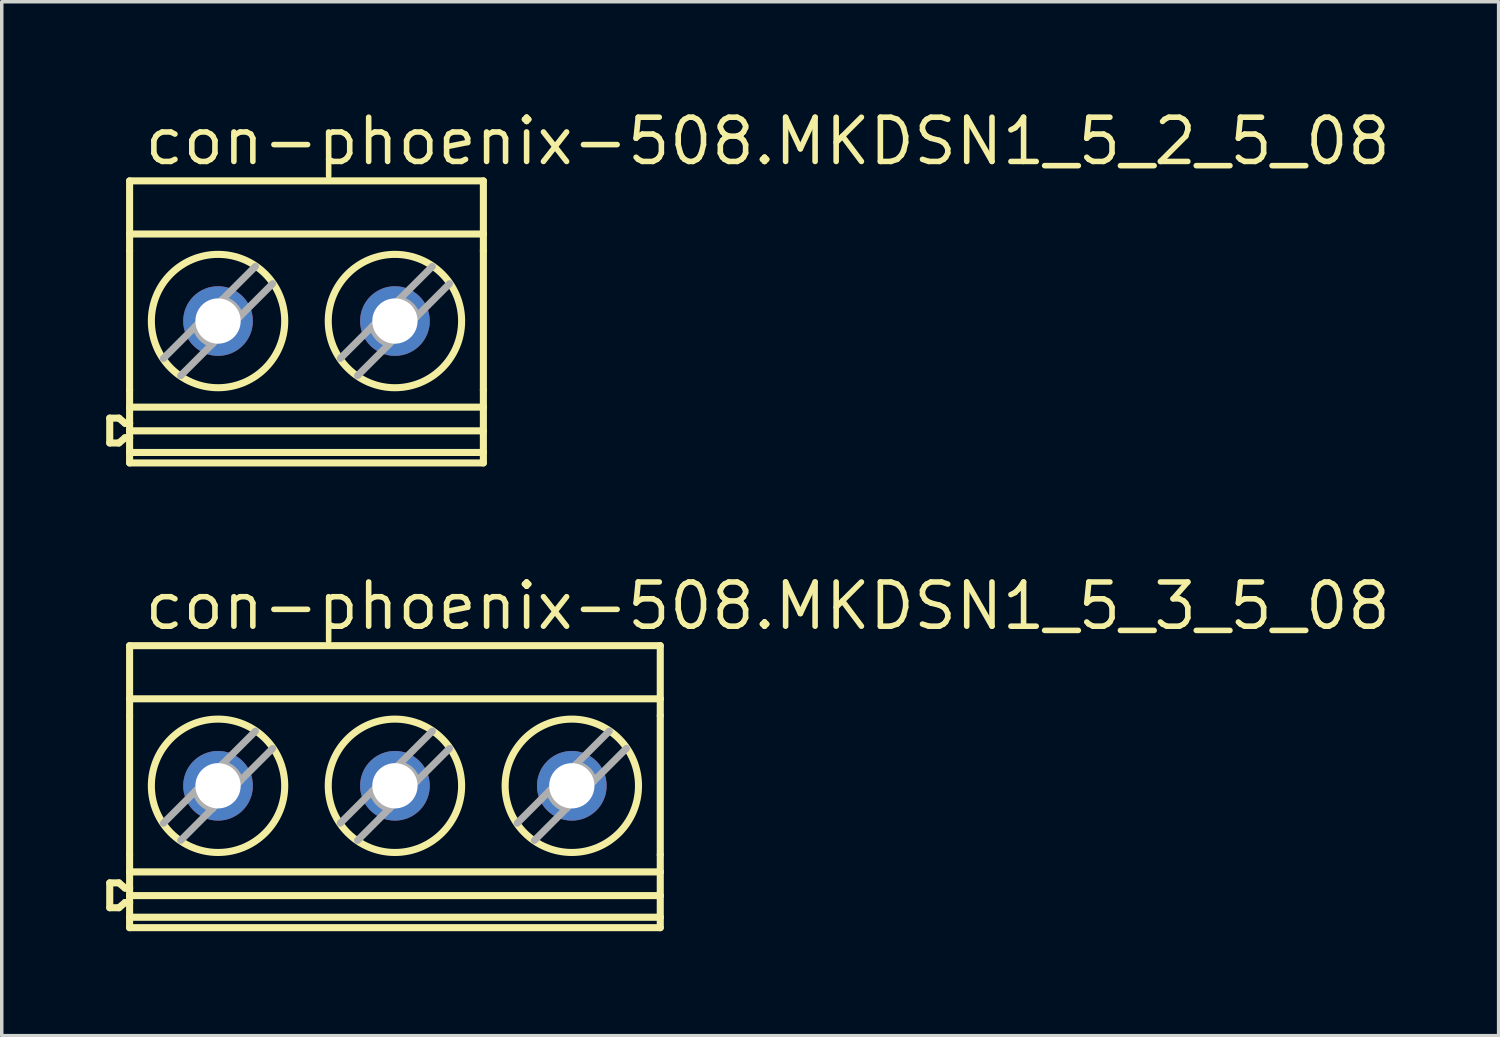
<source format=kicad_pcb>
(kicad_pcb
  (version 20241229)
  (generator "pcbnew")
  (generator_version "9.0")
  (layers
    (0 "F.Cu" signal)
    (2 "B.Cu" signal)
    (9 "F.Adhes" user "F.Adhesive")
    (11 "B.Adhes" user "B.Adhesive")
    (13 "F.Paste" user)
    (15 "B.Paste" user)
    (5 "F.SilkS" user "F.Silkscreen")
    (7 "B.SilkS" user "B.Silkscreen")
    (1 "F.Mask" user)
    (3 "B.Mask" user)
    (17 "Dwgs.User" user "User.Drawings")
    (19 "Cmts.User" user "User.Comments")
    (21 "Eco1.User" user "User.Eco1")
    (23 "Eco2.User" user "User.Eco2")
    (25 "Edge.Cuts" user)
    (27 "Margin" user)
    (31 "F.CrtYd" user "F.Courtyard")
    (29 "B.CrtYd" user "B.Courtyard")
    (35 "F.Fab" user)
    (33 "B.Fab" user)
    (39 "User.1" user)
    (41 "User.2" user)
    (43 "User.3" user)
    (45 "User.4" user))
  (footprint "con-phoenix-508.MKDSN1_5_2_5_08"
    (layer "F.Cu")
    (at 5.773 6.195)
    (property "Reference" "con-phoenix-508.MKDSN1_5_2_5_08" (at -4.751 -4.445 0) (layer "F.SilkS") (effects (font (size 1.27 1.27) (thickness 0.16)) (justify left bottom)))
    (attr through_hole)
    (fp_line (start -5.671 2.763) (end -5.671 3.477) (stroke (width 0.203) (type default)) (layer "F.SilkS"))
    (fp_line (start -5.671 2.763) (end -5.408 2.763) (stroke (width 0.203) (type default)) (layer "F.SilkS"))
    (fp_line (start -5.671 3.477) (end -5.408 3.477) (stroke (width 0.203) (type default)) (layer "F.SilkS"))
    (fp_line (start -5.408 2.763) (end -5.23 2.913) (stroke (width 0.203) (type default)) (layer "F.SilkS"))
    (fp_line (start -5.23 2.913) (end -5.101 2.913) (stroke (width 0.203) (type default)) (layer "F.SilkS"))
    (fp_line (start -5.23 3.327) (end -5.408 3.477) (stroke (width 0.203) (type default)) (layer "F.SilkS"))
    (fp_line (start -5.101 -4.05) (end 5.059 -4.05) (stroke (width 0.203) (type default)) (layer "F.SilkS"))
    (fp_line (start -5.101 -2.524) (end -5.101 -4.05) (stroke (width 0.203) (type default)) (layer "F.SilkS"))
    (fp_line (start -5.101 -2.524) (end -5.101 -2.041) (stroke (width 0.203) (type default)) (layer "F.SilkS"))
    (fp_line (start -5.101 -2.524) (end 5.059 -2.524) (stroke (width 0.203) (type default)) (layer "F.SilkS"))
    (fp_line (start -5.101 1.956) (end -5.101 -2.041) (stroke (width 0.203) (type default)) (layer "F.SilkS"))
    (fp_line (start -5.101 1.956) (end -5.101 2.448) (stroke (width 0.203) (type default)) (layer "F.SilkS"))
    (fp_line (start -5.101 2.913) (end -5.101 2.448) (stroke (width 0.203) (type default)) (layer "F.SilkS"))
    (fp_line (start -5.101 3.128) (end -5.101 2.913) (stroke (width 0.203) (type default)) (layer "F.SilkS"))
    (fp_line (start -5.101 3.128) (end 5.059 3.128) (stroke (width 0.203) (type default)) (layer "F.SilkS"))
    (fp_line (start -5.101 3.327) (end -5.23 3.327) (stroke (width 0.203) (type default)) (layer "F.SilkS"))
    (fp_line (start -5.101 3.327) (end -5.101 3.128) (stroke (width 0.203) (type default)) (layer "F.SilkS"))
    (fp_line (start -5.101 3.75) (end -5.101 3.327) (stroke (width 0.203) (type default)) (layer "F.SilkS"))
    (fp_line (start -5.101 3.75) (end -5.101 4.05) (stroke (width 0.203) (type default)) (layer "F.SilkS"))
    (fp_line (start -5.101 4.05) (end 5.059 4.05) (stroke (width 0.203) (type default)) (layer "F.SilkS"))
    (fp_line (start 5.059 -2.524) (end 5.059 -4.05) (stroke (width 0.203) (type default)) (layer "F.SilkS"))
    (fp_line (start 5.059 -2.524) (end 5.059 -2.041) (stroke (width 0.203) (type default)) (layer "F.SilkS"))
    (fp_line (start 5.059 1.956) (end 5.059 -2.041) (stroke (width 0.203) (type default)) (layer "F.SilkS"))
    (fp_line (start 5.059 1.956) (end 5.059 2.448) (stroke (width 0.203) (type default)) (layer "F.SilkS"))
    (fp_line (start 5.059 2.448) (end -5.101 2.448) (stroke (width 0.203) (type default)) (layer "F.SilkS"))
    (fp_line (start 5.059 3.128) (end 5.059 2.448) (stroke (width 0.203) (type default)) (layer "F.SilkS"))
    (fp_line (start 5.059 3.75) (end -5.101 3.75) (stroke (width 0.203) (type default)) (layer "F.SilkS"))
    (fp_line (start 5.059 3.75) (end 5.059 3.128) (stroke (width 0.203) (type default)) (layer "F.SilkS"))
    (fp_line (start 5.059 3.75) (end 5.059 4.05) (stroke (width 0.203) (type default)) (layer "F.SilkS"))
    (fp_circle (center -2.561 -0.025) (end -0.646 -0.025) (stroke (width 0.203) (type default)) (fill no) (layer "F.SilkS"))
    (fp_circle (center 2.519 -0.025) (end 4.434 -0.025) (stroke (width 0.203) (type default)) (fill no) (layer "F.SilkS"))
    (fp_line (start -4.129 1.048) (end -3.2 0.119) (stroke (width 0.203) (type default)) (layer "F.Fab"))
    (fp_line (start -3.2 0.119) (end -2.561 -0.52) (stroke (width 0.203) (type default)) (layer "F.Fab"))
    (fp_line (start -2.721 0.63) (end -3.634 1.543) (stroke (width 0.203) (type default)) (layer "F.Fab"))
    (fp_line (start -2.561 -0.52) (end -2.442 -0.639) (stroke (width 0.203) (type default)) (layer "F.Fab"))
    (fp_line (start -2.561 0.47) (end -2.721 0.63) (stroke (width 0.203) (type default)) (layer "F.Fab"))
    (fp_line (start -2.442 -0.639) (end -1.488 -1.593) (stroke (width 0.203) (type default)) (layer "F.Fab"))
    (fp_line (start -1.931 -0.16) (end -2.561 0.47) (stroke (width 0.203) (type default)) (layer "F.Fab"))
    (fp_line (start -0.993 -1.098) (end -1.931 -0.16) (stroke (width 0.203) (type default)) (layer "F.Fab"))
    (fp_line (start 0.951 1.048) (end 1.88 0.119) (stroke (width 0.203) (type default)) (layer "F.Fab"))
    (fp_line (start 1.88 0.119) (end 2.519 -0.52) (stroke (width 0.203) (type default)) (layer "F.Fab"))
    (fp_line (start 2.359 0.63) (end 1.446 1.543) (stroke (width 0.203) (type default)) (layer "F.Fab"))
    (fp_line (start 2.519 -0.52) (end 2.638 -0.639) (stroke (width 0.203) (type default)) (layer "F.Fab"))
    (fp_line (start 2.519 0.47) (end 2.359 0.63) (stroke (width 0.203) (type default)) (layer "F.Fab"))
    (fp_line (start 2.638 -0.639) (end 3.592 -1.593) (stroke (width 0.203) (type default)) (layer "F.Fab"))
    (fp_line (start 3.149 -0.16) (end 2.519 0.47) (stroke (width 0.203) (type default)) (layer "F.Fab"))
    (fp_line (start 4.087 -1.098) (end 3.149 -0.16) (stroke (width 0.203) (type default)) (layer "F.Fab"))
    (fp_arc (start -2.7211 0.63) (mid -3.035316 0.444537) (end -3.2001 0.119) (stroke (width 0.2032) (type default)) (layer "F.Fab"))
    (fp_arc (start -2.4421 -0.639) (mid -2.116563 -0.474216) (end -1.9311 -0.16) (stroke (width 0.2032) (type default)) (layer "F.Fab"))
    (fp_arc (start 2.3589 0.63) (mid 2.044684 0.444537) (end 1.8799 0.119) (stroke (width 0.2032) (type default)) (layer "F.Fab"))
    (fp_arc (start 2.6379 -0.639) (mid 2.963437 -0.474216) (end 3.1489 -0.16) (stroke (width 0.2032) (type default)) (layer "F.Fab"))
    (pad "1" thru_hole circle (at -2.561 -0.025) (size 2 2) (drill 1.3) (layers "*.Cu" "*.Mask"))
    (pad "2" thru_hole circle (at 2.519 -0.025) (size 2 2) (drill 1.3) (layers "*.Cu" "*.Mask")))
  (footprint "con-phoenix-508.MKDSN1_5_3_5_08"
    (layer "F.Cu")
    (at 10.853 19.542)
    (property "Reference" "con-phoenix-508.MKDSN1_5_3_5_08" (at -9.831 -4.445 0) (layer "F.SilkS") (effects (font (size 1.27 1.27) (thickness 0.16)) (justify left bottom)))
    (attr through_hole)
    (fp_line (start -10.751 2.763) (end -10.751 3.477) (stroke (width 0.203) (type default)) (layer "F.SilkS"))
    (fp_line (start -10.751 2.763) (end -10.488 2.763) (stroke (width 0.203) (type default)) (layer "F.SilkS"))
    (fp_line (start -10.751 3.477) (end -10.488 3.477) (stroke (width 0.203) (type default)) (layer "F.SilkS"))
    (fp_line (start -10.488 2.763) (end -10.31 2.913) (stroke (width 0.203) (type default)) (layer "F.SilkS"))
    (fp_line (start -10.31 2.913) (end -10.181 2.913) (stroke (width 0.203) (type default)) (layer "F.SilkS"))
    (fp_line (start -10.31 3.327) (end -10.488 3.477) (stroke (width 0.203) (type default)) (layer "F.SilkS"))
    (fp_line (start -10.181 -4.05) (end 5.059 -4.05) (stroke (width 0.203) (type default)) (layer "F.SilkS"))
    (fp_line (start -10.181 -2.524) (end -10.181 -4.05) (stroke (width 0.203) (type default)) (layer "F.SilkS"))
    (fp_line (start -10.181 -2.524) (end -10.181 -2.041) (stroke (width 0.203) (type default)) (layer "F.SilkS"))
    (fp_line (start -10.181 -2.524) (end 5.059 -2.524) (stroke (width 0.203) (type default)) (layer "F.SilkS"))
    (fp_line (start -10.181 1.956) (end -10.181 -2.041) (stroke (width 0.203) (type default)) (layer "F.SilkS"))
    (fp_line (start -10.181 1.956) (end -10.181 2.448) (stroke (width 0.203) (type default)) (layer "F.SilkS"))
    (fp_line (start -10.181 2.913) (end -10.181 2.448) (stroke (width 0.203) (type default)) (layer "F.SilkS"))
    (fp_line (start -10.181 3.128) (end -10.181 2.913) (stroke (width 0.203) (type default)) (layer "F.SilkS"))
    (fp_line (start -10.181 3.128) (end 5.059 3.128) (stroke (width 0.203) (type default)) (layer "F.SilkS"))
    (fp_line (start -10.181 3.327) (end -10.31 3.327) (stroke (width 0.203) (type default)) (layer "F.SilkS"))
    (fp_line (start -10.181 3.327) (end -10.181 3.128) (stroke (width 0.203) (type default)) (layer "F.SilkS"))
    (fp_line (start -10.181 3.75) (end -10.181 3.327) (stroke (width 0.203) (type default)) (layer "F.SilkS"))
    (fp_line (start -10.181 3.75) (end -10.181 4.05) (stroke (width 0.203) (type default)) (layer "F.SilkS"))
    (fp_line (start -10.181 4.05) (end 5.059 4.05) (stroke (width 0.203) (type default)) (layer "F.SilkS"))
    (fp_line (start 5.059 -2.524) (end 5.059 -4.05) (stroke (width 0.203) (type default)) (layer "F.SilkS"))
    (fp_line (start 5.059 -2.524) (end 5.059 -2.041) (stroke (width 0.203) (type default)) (layer "F.SilkS"))
    (fp_line (start 5.059 1.956) (end 5.059 -2.041) (stroke (width 0.203) (type default)) (layer "F.SilkS"))
    (fp_line (start 5.059 1.956) (end 5.059 2.448) (stroke (width 0.203) (type default)) (layer "F.SilkS"))
    (fp_line (start 5.059 2.448) (end -10.181 2.448) (stroke (width 0.203) (type default)) (layer "F.SilkS"))
    (fp_line (start 5.059 3.128) (end 5.059 2.448) (stroke (width 0.203) (type default)) (layer "F.SilkS"))
    (fp_line (start 5.059 3.75) (end -10.181 3.75) (stroke (width 0.203) (type default)) (layer "F.SilkS"))
    (fp_line (start 5.059 3.75) (end 5.059 3.128) (stroke (width 0.203) (type default)) (layer "F.SilkS"))
    (fp_line (start 5.059 3.75) (end 5.059 4.05) (stroke (width 0.203) (type default)) (layer "F.SilkS"))
    (fp_circle (center -7.641 -0.025) (end -5.726 -0.025) (stroke (width 0.203) (type default)) (fill no) (layer "F.SilkS"))
    (fp_circle (center -2.561 -0.025) (end -0.646 -0.025) (stroke (width 0.203) (type default)) (fill no) (layer "F.SilkS"))
    (fp_circle (center 2.519 -0.025) (end 4.434 -0.025) (stroke (width 0.203) (type default)) (fill no) (layer "F.SilkS"))
    (fp_line (start -9.209 1.048) (end -8.28 0.119) (stroke (width 0.203) (type default)) (layer "F.Fab"))
    (fp_line (start -8.28 0.119) (end -7.641 -0.52) (stroke (width 0.203) (type default)) (layer "F.Fab"))
    (fp_line (start -7.801 0.63) (end -8.714 1.543) (stroke (width 0.203) (type default)) (layer "F.Fab"))
    (fp_line (start -7.641 -0.52) (end -7.522 -0.639) (stroke (width 0.203) (type default)) (layer "F.Fab"))
    (fp_line (start -7.641 0.47) (end -7.801 0.63) (stroke (width 0.203) (type default)) (layer "F.Fab"))
    (fp_line (start -7.522 -0.639) (end -6.568 -1.593) (stroke (width 0.203) (type default)) (layer "F.Fab"))
    (fp_line (start -7.011 -0.16) (end -7.641 0.47) (stroke (width 0.203) (type default)) (layer "F.Fab"))
    (fp_line (start -6.073 -1.098) (end -7.011 -0.16) (stroke (width 0.203) (type default)) (layer "F.Fab"))
    (fp_line (start -4.129 1.048) (end -3.2 0.119) (stroke (width 0.203) (type default)) (layer "F.Fab"))
    (fp_line (start -3.2 0.119) (end -2.561 -0.52) (stroke (width 0.203) (type default)) (layer "F.Fab"))
    (fp_line (start -2.721 0.63) (end -3.634 1.543) (stroke (width 0.203) (type default)) (layer "F.Fab"))
    (fp_line (start -2.561 -0.52) (end -2.442 -0.639) (stroke (width 0.203) (type default)) (layer "F.Fab"))
    (fp_line (start -2.561 0.47) (end -2.721 0.63) (stroke (width 0.203) (type default)) (layer "F.Fab"))
    (fp_line (start -2.442 -0.639) (end -1.488 -1.593) (stroke (width 0.203) (type default)) (layer "F.Fab"))
    (fp_line (start -1.931 -0.16) (end -2.561 0.47) (stroke (width 0.203) (type default)) (layer "F.Fab"))
    (fp_line (start -0.993 -1.098) (end -1.931 -0.16) (stroke (width 0.203) (type default)) (layer "F.Fab"))
    (fp_line (start 0.951 1.048) (end 1.88 0.119) (stroke (width 0.203) (type default)) (layer "F.Fab"))
    (fp_line (start 1.88 0.119) (end 2.519 -0.52) (stroke (width 0.203) (type default)) (layer "F.Fab"))
    (fp_line (start 2.359 0.63) (end 1.446 1.543) (stroke (width 0.203) (type default)) (layer "F.Fab"))
    (fp_line (start 2.519 -0.52) (end 2.638 -0.639) (stroke (width 0.203) (type default)) (layer "F.Fab"))
    (fp_line (start 2.519 0.47) (end 2.359 0.63) (stroke (width 0.203) (type default)) (layer "F.Fab"))
    (fp_line (start 2.638 -0.639) (end 3.592 -1.593) (stroke (width 0.203) (type default)) (layer "F.Fab"))
    (fp_line (start 3.149 -0.16) (end 2.519 0.47) (stroke (width 0.203) (type default)) (layer "F.Fab"))
    (fp_line (start 4.087 -1.098) (end 3.149 -0.16) (stroke (width 0.203) (type default)) (layer "F.Fab"))
    (fp_arc (start -7.8011 0.63) (mid -8.115316 0.444537) (end -8.2801 0.119) (stroke (width 0.2032) (type default)) (layer "F.Fab"))
    (fp_arc (start -7.5221 -0.639) (mid -7.196563 -0.474216) (end -7.0111 -0.16) (stroke (width 0.2032) (type default)) (layer "F.Fab"))
    (fp_arc (start -2.7211 0.63) (mid -3.035316 0.444537) (end -3.2001 0.119) (stroke (width 0.2032) (type default)) (layer "F.Fab"))
    (fp_arc (start -2.4421 -0.639) (mid -2.116563 -0.474216) (end -1.9311 -0.16) (stroke (width 0.2032) (type default)) (layer "F.Fab"))
    (fp_arc (start 2.3589 0.63) (mid 2.044684 0.444537) (end 1.8799 0.119) (stroke (width 0.2032) (type default)) (layer "F.Fab"))
    (fp_arc (start 2.6379 -0.639) (mid 2.963437 -0.474216) (end 3.1489 -0.16) (stroke (width 0.2032) (type default)) (layer "F.Fab"))
    (pad "1" thru_hole circle (at -7.641 -0.025) (size 2 2) (drill 1.3) (layers "*.Cu" "*.Mask"))
    (pad "2" thru_hole circle (at -2.561 -0.025) (size 2 2) (drill 1.3) (layers "*.Cu" "*.Mask"))
    (pad "3" thru_hole circle (at 2.519 -0.025) (size 2 2) (drill 1.3) (layers "*.Cu" "*.Mask")))
  (gr_rect
    (start -3 -3)
    (end 39.989 26.693)
    (stroke (width 0.1) (type default))
    (fill no)
    (layer "Edge.Cuts")))
</source>
